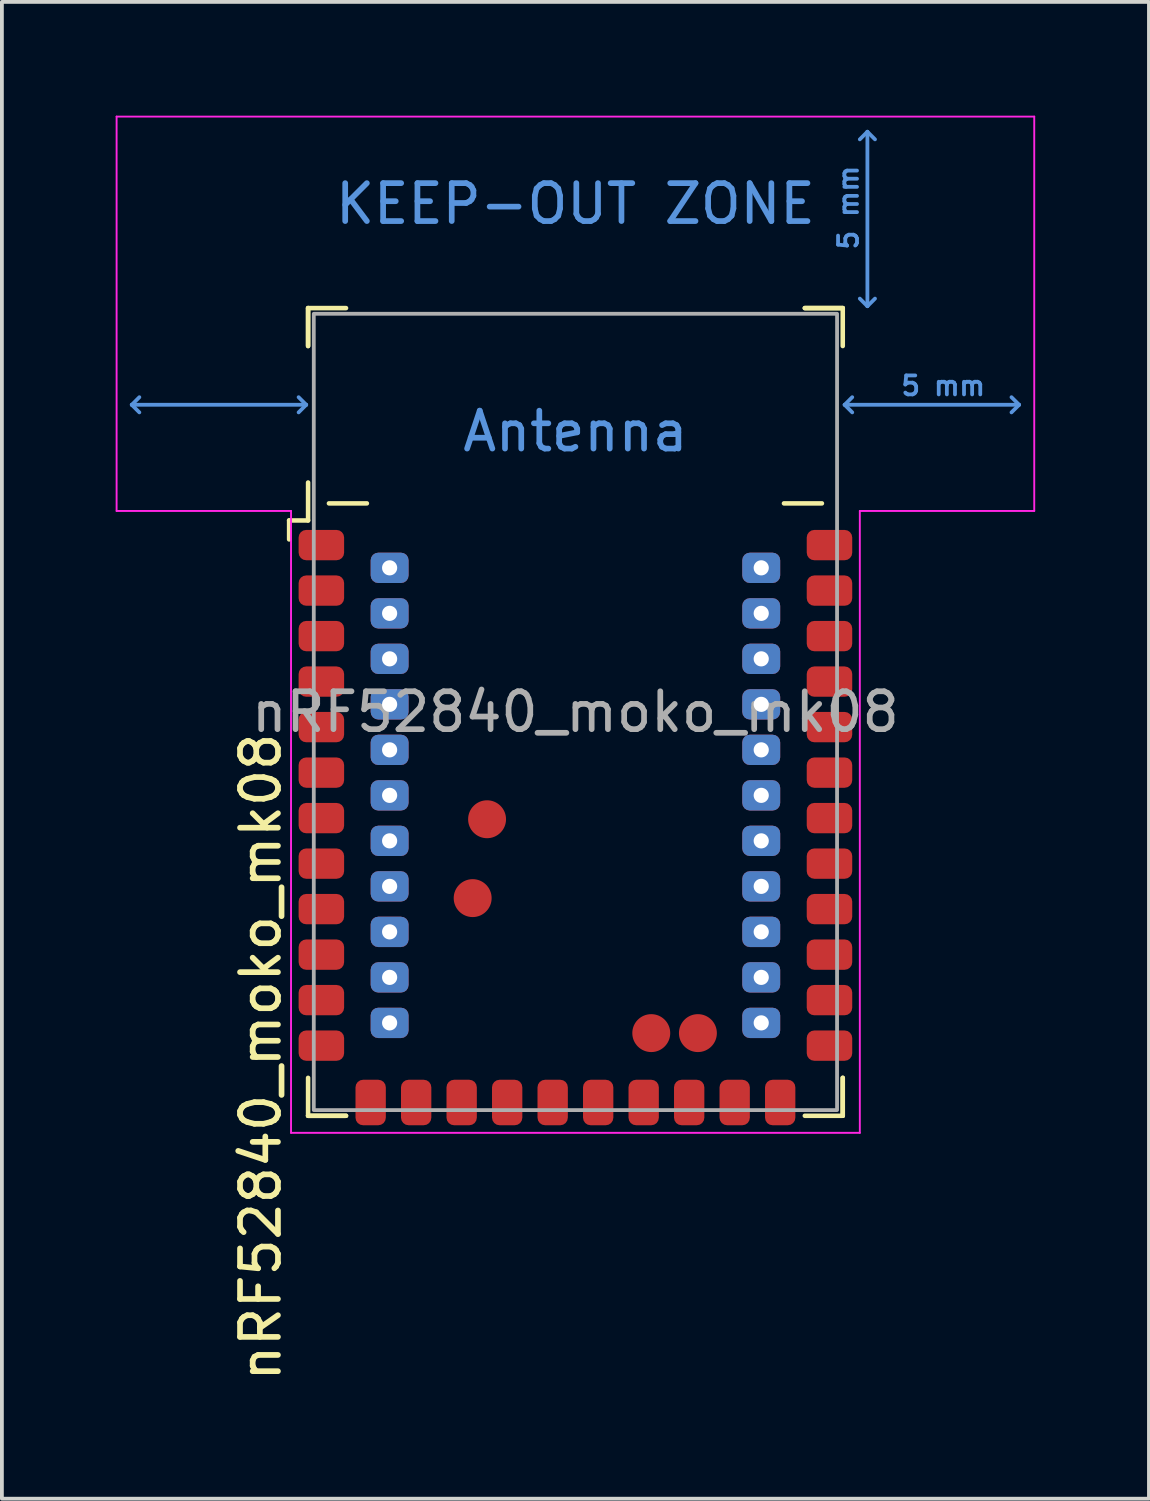
<source format=kicad_pcb>
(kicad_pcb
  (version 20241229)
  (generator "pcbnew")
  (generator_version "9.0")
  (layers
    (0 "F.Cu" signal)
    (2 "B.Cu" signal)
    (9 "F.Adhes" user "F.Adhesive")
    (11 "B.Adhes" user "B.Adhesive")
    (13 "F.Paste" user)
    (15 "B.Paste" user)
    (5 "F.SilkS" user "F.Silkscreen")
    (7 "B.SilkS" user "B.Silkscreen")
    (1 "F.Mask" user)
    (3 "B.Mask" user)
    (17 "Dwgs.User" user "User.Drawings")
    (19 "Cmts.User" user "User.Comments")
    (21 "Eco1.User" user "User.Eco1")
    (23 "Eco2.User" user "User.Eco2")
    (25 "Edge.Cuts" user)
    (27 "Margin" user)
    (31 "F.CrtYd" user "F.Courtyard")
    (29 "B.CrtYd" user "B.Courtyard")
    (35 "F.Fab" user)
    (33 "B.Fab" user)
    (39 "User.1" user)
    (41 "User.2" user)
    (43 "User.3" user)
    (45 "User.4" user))
  (footprint "nRF52840_moko_mk08"
    (layer "F.Cu")
    (at 12.125 15.725)
    (property "Reference" "nRF52840_moko_mk08" (at -8.3 9.1 90) (unlocked yes) (layer "F.SilkS") (effects (font (size 1 1) (thickness 0.15))))
    (attr smd)
    (fp_line (start -7.55 -5.05) (end -7.55 -4.55) (stroke (width 0.12) (type solid)) (layer "F.SilkS"))
    (fp_line (start -7.05 -10.65) (end -7.05 -9.65) (stroke (width 0.12) (type solid)) (layer "F.SilkS"))
    (fp_line (start -7.05 -10.65) (end -6.05 -10.65) (stroke (width 0.12) (type solid)) (layer "F.SilkS"))
    (fp_line (start -7.05 -9.65) (end -7.05 -10.65) (stroke (width 0.12) (type solid)) (layer "F.SilkS"))
    (fp_line (start -7.05 -5.05) (end -7.55 -5.05) (stroke (width 0.12) (type solid)) (layer "F.SilkS"))
    (fp_line (start -7.05 -5.05) (end -7.05 -6.05) (stroke (width 0.12) (type solid)) (layer "F.SilkS"))
    (fp_line (start -7.05 10.65) (end -7.05 9.65) (stroke (width 0.12) (type solid)) (layer "F.SilkS"))
    (fp_line (start -7.05 10.65) (end -6.05 10.65) (stroke (width 0.12) (type solid)) (layer "F.SilkS"))
    (fp_line (start -6.5 -5.5) (end -5.5 -5.5) (stroke (width 0.12) (type solid)) (layer "F.SilkS"))
    (fp_line (start -6.05 10.65) (end -7.05 10.65) (stroke (width 0.12) (type solid)) (layer "F.SilkS"))
    (fp_line (start 6.05 -10.65) (end 7.05 -10.65) (stroke (width 0.12) (type solid)) (layer "F.SilkS"))
    (fp_line (start 6.5 -5.5) (end 5.5 -5.5) (stroke (width 0.12) (type solid)) (layer "F.SilkS"))
    (fp_line (start 7.05 -10.65) (end 6.05 -10.65) (stroke (width 0.12) (type solid)) (layer "F.SilkS"))
    (fp_line (start 7.05 -10.65) (end 7.05 -9.65) (stroke (width 0.12) (type solid)) (layer "F.SilkS"))
    (fp_line (start 7.05 9.65) (end 7.05 10.65) (stroke (width 0.12) (type solid)) (layer "F.SilkS"))
    (fp_line (start 7.05 10.65) (end 6.05 10.65) (stroke (width 0.12) (type solid)) (layer "F.SilkS"))
    (fp_line (start 7.05 10.65) (end 7.05 9.65) (stroke (width 0.12) (type solid)) (layer "F.SilkS"))
    (fp_line (start -11.7 -8.1) (end -11.5 -8.3) (stroke (width 0.1) (type solid)) (layer "Cmts.User"))
    (fp_line (start -11.7 -8.1) (end -11.5 -7.9) (stroke (width 0.1) (type solid)) (layer "Cmts.User"))
    (fp_line (start -11.7 -8.1) (end -7.1 -8.1) (stroke (width 0.1) (type solid)) (layer "Cmts.User"))
    (fp_line (start -7.1 -8.1) (end -7.3 -8.3) (stroke (width 0.1) (type solid)) (layer "Cmts.User"))
    (fp_line (start -7.1 -8.1) (end -7.3 -7.9) (stroke (width 0.1) (type solid)) (layer "Cmts.User"))
    (fp_line (start 7.1 -8.1) (end 7.3 -8.3) (stroke (width 0.1) (type solid)) (layer "Cmts.User"))
    (fp_line (start 7.1 -8.1) (end 7.3 -7.9) (stroke (width 0.1) (type solid)) (layer "Cmts.User"))
    (fp_line (start 7.1 -8.1) (end 11.7 -8.1) (stroke (width 0.1) (type solid)) (layer "Cmts.User"))
    (fp_line (start 7.7 -15.3) (end 7.5 -15.1) (stroke (width 0.1) (type solid)) (layer "Cmts.User"))
    (fp_line (start 7.7 -15.3) (end 7.9 -15.1) (stroke (width 0.1) (type solid)) (layer "Cmts.User"))
    (fp_line (start 7.7 -10.7) (end 7.5 -10.9) (stroke (width 0.1) (type solid)) (layer "Cmts.User"))
    (fp_line (start 7.7 -10.7) (end 7.7 -15.3) (stroke (width 0.1) (type solid)) (layer "Cmts.User"))
    (fp_line (start 7.7 -10.7) (end 7.9 -10.9) (stroke (width 0.1) (type solid)) (layer "Cmts.User"))
    (fp_line (start 11.7 -8.1) (end 11.5 -8.3) (stroke (width 0.1) (type solid)) (layer "Cmts.User"))
    (fp_line (start 11.7 -8.1) (end 11.5 -7.9) (stroke (width 0.1) (type solid)) (layer "Cmts.User"))
    (fp_line (start -12.1 -15.7) (end -12.1 -5.3) (stroke (width 0.05) (type solid)) (layer "F.CrtYd"))
    (fp_line (start -12.1 -5.3) (end -7.5 -5.3) (stroke (width 0.05) (type solid)) (layer "F.CrtYd"))
    (fp_line (start -7.5 -5.3) (end -7.5 11.1) (stroke (width 0.05) (type solid)) (layer "F.CrtYd"))
    (fp_line (start -7.5 11.1) (end 7.5 11.1) (stroke (width 0.05) (type solid)) (layer "F.CrtYd"))
    (fp_line (start 7.5 -5.3) (end 12.1 -5.3) (stroke (width 0.05) (type solid)) (layer "F.CrtYd"))
    (fp_line (start 7.5 11.1) (end 7.5 -5.3) (stroke (width 0.05) (type solid)) (layer "F.CrtYd"))
    (fp_line (start 12.1 -15.7) (end -12.1 -15.7) (stroke (width 0.05) (type solid)) (layer "F.CrtYd"))
    (fp_line (start 12.1 -5.3) (end 12.1 -15.7) (stroke (width 0.05) (type solid)) (layer "F.CrtYd"))
    (fp_rect (start -6.9 -10.5) (end 6.9 10.5) (stroke (width 0.1) (type solid)) (fill no) (layer "F.Fab"))
    (fp_text user "5 mm" (at 9.7 -8.6 0) (layer "Cmts.User") (effects (font (size 0.5 0.5) (thickness 0.1))))
    (fp_text user "5 mm" (at 7.2 -13.3 90) (layer "Cmts.User") (effects (font (size 0.5 0.5) (thickness 0.1))))
    (fp_text user "KEEP-OUT ZONE" (at 0 -13.4 0) (layer "Cmts.User") (effects (font (size 1 1) (thickness 0.15))))
    (fp_text user "Antenna" (at 0 -7.4 0) (layer "Cmts.User") (effects (font (size 1 1) (thickness 0.15))))
    (fp_text user "${REFERENCE}" (at 0 0 0) (unlocked yes) (layer "F.Fab") (effects (font (size 1 1) (thickness 0.15))))
    (pad "1" smd roundrect (at -6.7 -4.4) (size 1.2 0.8) (layers "F.Cu" "F.Mask" "F.Paste") (roundrect_rratio 0.25))
    (pad "2" smd roundrect (at -6.7 -3.2) (size 1.2 0.8) (layers "F.Cu" "F.Mask" "F.Paste") (roundrect_rratio 0.25))
    (pad "3" smd roundrect (at -6.7 -2) (size 1.2 0.8) (layers "F.Cu" "F.Mask" "F.Paste") (roundrect_rratio 0.25))
    (pad "4" smd roundrect (at -6.7 -0.8) (size 1.2 0.8) (layers "F.Cu" "F.Mask" "F.Paste") (roundrect_rratio 0.25))
    (pad "5" smd roundrect (at -6.7 0.4) (size 1.2 0.8) (layers "F.Cu" "F.Mask" "F.Paste") (roundrect_rratio 0.25))
    (pad "6" smd roundrect (at -6.7 1.6) (size 1.2 0.8) (layers "F.Cu" "F.Mask" "F.Paste") (roundrect_rratio 0.25))
    (pad "7" smd roundrect (at -6.7 2.8) (size 1.2 0.8) (layers "F.Cu" "F.Mask" "F.Paste") (roundrect_rratio 0.25))
    (pad "8" smd roundrect (at -6.7 4) (size 1.2 0.8) (layers "F.Cu" "F.Mask" "F.Paste") (roundrect_rratio 0.25))
    (pad "9" smd roundrect (at -6.7 5.2) (size 1.2 0.8) (layers "F.Cu" "F.Mask" "F.Paste") (roundrect_rratio 0.25))
    (pad "10" smd roundrect (at -6.7 6.4) (size 1.2 0.8) (layers "F.Cu" "F.Mask" "F.Paste") (roundrect_rratio 0.25))
    (pad "11" smd roundrect (at -6.7 7.6) (size 1.2 0.8) (layers "F.Cu" "F.Mask" "F.Paste") (roundrect_rratio 0.25))
    (pad "12" smd roundrect (at -6.7 8.8) (size 1.2 0.8) (layers "F.Cu" "F.Mask" "F.Paste") (roundrect_rratio 0.25))
    (pad "13" smd roundrect (at -5.4 10.3 90) (size 1.2 0.8) (layers "F.Cu" "F.Mask" "F.Paste") (roundrect_rratio 0.25))
    (pad "14" smd roundrect (at -4.2 10.3 90) (size 1.2 0.8) (layers "F.Cu" "F.Mask" "F.Paste") (roundrect_rratio 0.25))
    (pad "15" smd roundrect (at -3 10.3 90) (size 1.2 0.8) (layers "F.Cu" "F.Mask" "F.Paste") (roundrect_rratio 0.25))
    (pad "16" smd roundrect (at -1.8 10.3 90) (size 1.2 0.8) (layers "F.Cu" "F.Mask" "F.Paste") (roundrect_rratio 0.25))
    (pad "17" smd roundrect (at -0.6 10.3 90) (size 1.2 0.8) (layers "F.Cu" "F.Mask" "F.Paste") (roundrect_rratio 0.25))
    (pad "18" smd roundrect (at 0.6 10.3 90) (size 1.2 0.8) (layers "F.Cu" "F.Mask" "F.Paste") (roundrect_rratio 0.25))
    (pad "19" smd roundrect (at 1.8 10.3 90) (size 1.2 0.8) (layers "F.Cu" "F.Mask" "F.Paste") (roundrect_rratio 0.25))
    (pad "20" smd roundrect (at 3 10.3 90) (size 1.2 0.8) (layers "F.Cu" "F.Mask" "F.Paste") (roundrect_rratio 0.25))
    (pad "21" smd roundrect (at 4.2 10.3 90) (size 1.2 0.8) (layers "F.Cu" "F.Mask" "F.Paste") (roundrect_rratio 0.25))
    (pad "22" smd roundrect (at 5.4 10.3 90) (size 1.2 0.8) (layers "F.Cu" "F.Mask" "F.Paste") (roundrect_rratio 0.25))
    (pad "23" smd roundrect (at 6.7 8.8 180) (size 1.2 0.8) (layers "F.Cu" "F.Mask" "F.Paste") (roundrect_rratio 0.25))
    (pad "24" smd roundrect (at 6.7 7.6 180) (size 1.2 0.8) (layers "F.Cu" "F.Mask" "F.Paste") (roundrect_rratio 0.25))
    (pad "25" smd roundrect (at 6.7 6.4 180) (size 1.2 0.8) (layers "F.Cu" "F.Mask" "F.Paste") (roundrect_rratio 0.25))
    (pad "26" smd roundrect (at 6.7 5.2 180) (size 1.2 0.8) (layers "F.Cu" "F.Mask" "F.Paste") (roundrect_rratio 0.25))
    (pad "27" smd roundrect (at 6.7 4 180) (size 1.2 0.8) (layers "F.Cu" "F.Mask" "F.Paste") (roundrect_rratio 0.25))
    (pad "28" smd roundrect (at 6.7 2.8 180) (size 1.2 0.8) (layers "F.Cu" "F.Mask" "F.Paste") (roundrect_rratio 0.25))
    (pad "29" smd roundrect (at 6.7 1.6 180) (size 1.2 0.8) (layers "F.Cu" "F.Mask" "F.Paste") (roundrect_rratio 0.25))
    (pad "30" smd roundrect (at 6.7 0.4 180) (size 1.2 0.8) (layers "F.Cu" "F.Mask" "F.Paste") (roundrect_rratio 0.25))
    (pad "31" smd roundrect (at 6.7 -0.8 180) (size 1.2 0.8) (layers "F.Cu" "F.Mask" "F.Paste") (roundrect_rratio 0.25))
    (pad "32" smd roundrect (at 6.7 -2 180) (size 1.2 0.8) (layers "F.Cu" "F.Mask" "F.Paste") (roundrect_rratio 0.25))
    (pad "33" smd roundrect (at 6.7 -3.2 180) (size 1.2 0.8) (layers "F.Cu" "F.Mask" "F.Paste") (roundrect_rratio 0.25))
    (pad "34" smd roundrect (at 6.7 -4.4 180) (size 1.2 0.8) (layers "F.Cu" "F.Mask" "F.Paste") (roundrect_rratio 0.25))
    (pad "35" thru_hole roundrect (at -4.9 -3.8 180) (size 1 0.8) (drill 0.4) (layers "*.Cu" "*.Mask" "F.Paste") (roundrect_rratio 0.25))
    (pad "36" thru_hole roundrect (at -4.9 -2.6 180) (size 1 0.8) (drill 0.4) (layers "*.Cu" "*.Mask" "F.Paste") (roundrect_rratio 0.25))
    (pad "37" thru_hole roundrect (at -4.9 -1.4 180) (size 1 0.8) (drill 0.4) (layers "*.Cu" "*.Mask" "F.Paste") (roundrect_rratio 0.25))
    (pad "38" thru_hole roundrect (at -4.9 -0.2 180) (size 1 0.8) (drill 0.4) (layers "*.Cu" "*.Mask" "F.Paste") (roundrect_rratio 0.25))
    (pad "39" thru_hole roundrect (at -4.9 1 180) (size 1 0.8) (drill 0.4) (layers "*.Cu" "*.Mask" "F.Paste") (roundrect_rratio 0.25))
    (pad "40" thru_hole roundrect (at -4.9 2.2 180) (size 1 0.8) (drill 0.4) (layers "*.Cu" "*.Mask" "F.Paste") (roundrect_rratio 0.25))
    (pad "41" thru_hole roundrect (at -4.9 3.4 180) (size 1 0.8) (drill 0.4) (layers "*.Cu" "*.Mask" "F.Paste") (roundrect_rratio 0.25))
    (pad "42" thru_hole roundrect (at -4.9 4.6 180) (size 1 0.8) (drill 0.4) (layers "*.Cu" "*.Mask" "F.Paste") (roundrect_rratio 0.25))
    (pad "43" thru_hole roundrect (at -4.9 5.8 180) (size 1 0.8) (drill 0.4) (layers "*.Cu" "*.Mask" "F.Paste") (roundrect_rratio 0.25))
    (pad "44" thru_hole roundrect (at -4.9 7 180) (size 1 0.8) (drill 0.4) (layers "*.Cu" "*.Mask" "F.Paste") (roundrect_rratio 0.25))
    (pad "45" thru_hole roundrect (at -4.9 8.2 180) (size 1 0.8) (drill 0.4) (layers "*.Cu" "*.Mask" "F.Paste") (roundrect_rratio 0.25))
    (pad "46" thru_hole roundrect (at 4.9 8.2 180) (size 1 0.8) (drill 0.4) (layers "*.Cu" "*.Mask" "F.Paste") (roundrect_rratio 0.25))
    (pad "47" thru_hole roundrect (at 4.9 7 180) (size 1 0.8) (drill 0.4) (layers "*.Cu" "*.Mask" "F.Paste") (roundrect_rratio 0.25))
    (pad "48" thru_hole roundrect (at 4.9 5.8 180) (size 1 0.8) (drill 0.4) (layers "*.Cu" "*.Mask" "F.Paste") (roundrect_rratio 0.25))
    (pad "49" thru_hole roundrect (at 4.9 4.6 180) (size 1 0.8) (drill 0.4) (layers "*.Cu" "*.Mask" "F.Paste") (roundrect_rratio 0.25))
    (pad "50" thru_hole roundrect (at 4.9 3.4 180) (size 1 0.8) (drill 0.4) (layers "*.Cu" "*.Mask" "F.Paste") (roundrect_rratio 0.25))
    (pad "51" thru_hole roundrect (at 4.9 2.2 180) (size 1 0.8) (drill 0.4) (layers "*.Cu" "*.Mask" "F.Paste") (roundrect_rratio 0.25))
    (pad "52" thru_hole roundrect (at 4.9 1 180) (size 1 0.8) (drill 0.4) (layers "*.Cu" "*.Mask" "F.Paste") (roundrect_rratio 0.25))
    (pad "53" thru_hole roundrect (at 4.9 -0.2 180) (size 1 0.8) (drill 0.4) (layers "*.Cu" "*.Mask" "F.Paste") (roundrect_rratio 0.25))
    (pad "54" thru_hole roundrect (at 4.9 -1.4 180) (size 1 0.8) (drill 0.4) (layers "*.Cu" "*.Mask" "F.Paste") (roundrect_rratio 0.25))
    (pad "55" thru_hole roundrect (at 4.9 -2.6 180) (size 1 0.8) (drill 0.4) (layers "*.Cu" "*.Mask" "F.Paste") (roundrect_rratio 0.25))
    (pad "56" thru_hole roundrect (at 4.9 -3.8 180) (size 1 0.8) (drill 0.4) (layers "*.Cu" "*.Mask" "F.Paste") (roundrect_rratio 0.25))
    (pad "57" smd circle (at -2.33 2.83 180) (size 1 1) (layers "F.Cu" "F.Mask" "F.Paste"))
    (pad "MP" smd circle (at -2.71 4.91 180) (size 1 1) (layers "F.Cu" "F.Mask" "F.Paste"))
    (pad "MP" smd circle (at 2 8.47 180) (size 1 1) (layers "F.Cu" "F.Mask" "F.Paste"))
    (pad "MP" smd circle (at 3.23 8.47 180) (size 1 1) (layers "F.Cu" "F.Mask" "F.Paste"))
    (zone (net_name "") (layers "F.Cu" "B.Cu" "F.CrtYd") (hatch full 0.508) (connect_pads) (min_thickness 0.254) (filled_areas_thickness no) (keepout (tracks not_allowed) (vias not_allowed) (pads not_allowed) (copperpour not_allowed) (footprints allowed)) (placement (enabled no)) (fill) (polygon (pts (xy 24.025 10.225) (xy 0.225 10.225) (xy 0.225 0.225) (xy 24.025 0.225)))))
  (gr_rect
    (start -3 -3)
    (end 27.25 36.474)
    (stroke (width 0.1) (type default))
    (fill no)
    (layer "Edge.Cuts")))
</source>
